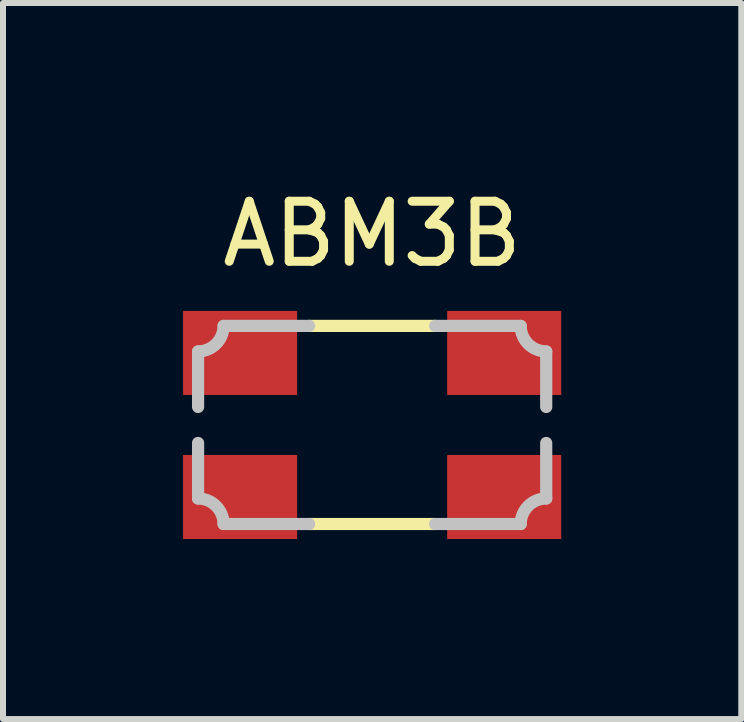
<source format=kicad_pcb>
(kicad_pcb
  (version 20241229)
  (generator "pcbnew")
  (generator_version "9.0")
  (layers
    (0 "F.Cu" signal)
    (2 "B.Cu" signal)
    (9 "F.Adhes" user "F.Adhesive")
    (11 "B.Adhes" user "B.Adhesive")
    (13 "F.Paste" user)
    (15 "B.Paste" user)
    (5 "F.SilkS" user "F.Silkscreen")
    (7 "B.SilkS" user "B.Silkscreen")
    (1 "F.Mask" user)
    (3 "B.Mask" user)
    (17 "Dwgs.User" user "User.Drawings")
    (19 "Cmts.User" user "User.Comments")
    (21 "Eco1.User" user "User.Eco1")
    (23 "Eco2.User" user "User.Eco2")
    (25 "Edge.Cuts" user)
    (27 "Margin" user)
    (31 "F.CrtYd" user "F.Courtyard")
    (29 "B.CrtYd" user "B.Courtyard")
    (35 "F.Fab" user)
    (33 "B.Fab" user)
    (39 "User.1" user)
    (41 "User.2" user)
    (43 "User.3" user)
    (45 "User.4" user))
  (footprint "ABM3B"
    (layer "F.Cu")
    (at 3.15 4.03)
    (property "Reference" "ABM3B" (at -0.00001 -3.182 0) (layer "F.SilkS") (effects (font (size 1 1) (thickness 0.15))))
    (attr smd)
    (fp_line (start -1.05 -1.65) (end 1.05 -1.65) (stroke (width 0.203) (type solid)) (layer "F.SilkS"))
    (fp_line (start 1.05 1.65) (end -1.05 1.65) (stroke (width 0.203) (type solid)) (layer "F.SilkS"))
    (fp_line (start -2.9 -0.3) (end -2.9 -1.225) (stroke (width 0.203) (type solid)) (layer "Dwgs.User"))
    (fp_line (start -2.9 1.225) (end -2.9 0.3) (stroke (width 0.203) (type solid)) (layer "Dwgs.User"))
    (fp_line (start -2.475 -1.65) (end -1.05 -1.65) (stroke (width 0.203) (type solid)) (layer "Dwgs.User"))
    (fp_line (start -1.05 1.65) (end -2.475 1.65) (stroke (width 0.203) (type solid)) (layer "Dwgs.User"))
    (fp_line (start 1.05 -1.65) (end 2.475 -1.65) (stroke (width 0.203) (type solid)) (layer "Dwgs.User"))
    (fp_line (start 2.475 1.65) (end 1.05 1.65) (stroke (width 0.203) (type solid)) (layer "Dwgs.User"))
    (fp_line (start 2.9 -1.225) (end 2.9 -0.3) (stroke (width 0.203) (type solid)) (layer "Dwgs.User"))
    (fp_line (start 2.9 0.3) (end 2.9 1.225) (stroke (width 0.203) (type solid)) (layer "Dwgs.User"))
    (fp_arc (start -2.9 1.225) (mid -2.600048 1.34996) (end -2.475001 1.649875) (stroke (width 0.2032) (type solid)) (layer "Dwgs.User"))
    (fp_arc (start -2.475 -1.65) (mid -2.59996 -1.350048) (end -2.899875 -1.225001) (stroke (width 0.2032) (type solid)) (layer "Dwgs.User"))
    (fp_arc (start 2.475 1.65) (mid 2.59996 1.350048) (end 2.899875 1.225001) (stroke (width 0.2032) (type solid)) (layer "Dwgs.User"))
    (fp_arc (start 2.9 -1.225) (mid 2.600048 -1.34996) (end 2.475001 -1.649875) (stroke (width 0.2032) (type solid)) (layer "Dwgs.User"))
    (pad "1" smd rect (at -2.2 1.2) (size 1.9 1.4) (layers "F.Cu" "F.Mask" "F.Paste"))
    (pad "2" smd rect (at 2.2 1.2) (size 1.9 1.4) (layers "F.Cu" "F.Mask" "F.Paste"))
    (pad "3" smd rect (at 2.2 -1.2) (size 1.9 1.4) (layers "F.Cu" "F.Mask" "F.Paste"))
    (pad "4" smd rect (at -2.2 -1.2) (size 1.9 1.4) (layers "F.Cu" "F.Mask" "F.Paste")))
  (gr_rect
    (start -3 -3)
    (end 9.3 8.93)
    (stroke (width 0.1) (type default))
    (fill no)
    (layer "Edge.Cuts")))
</source>
